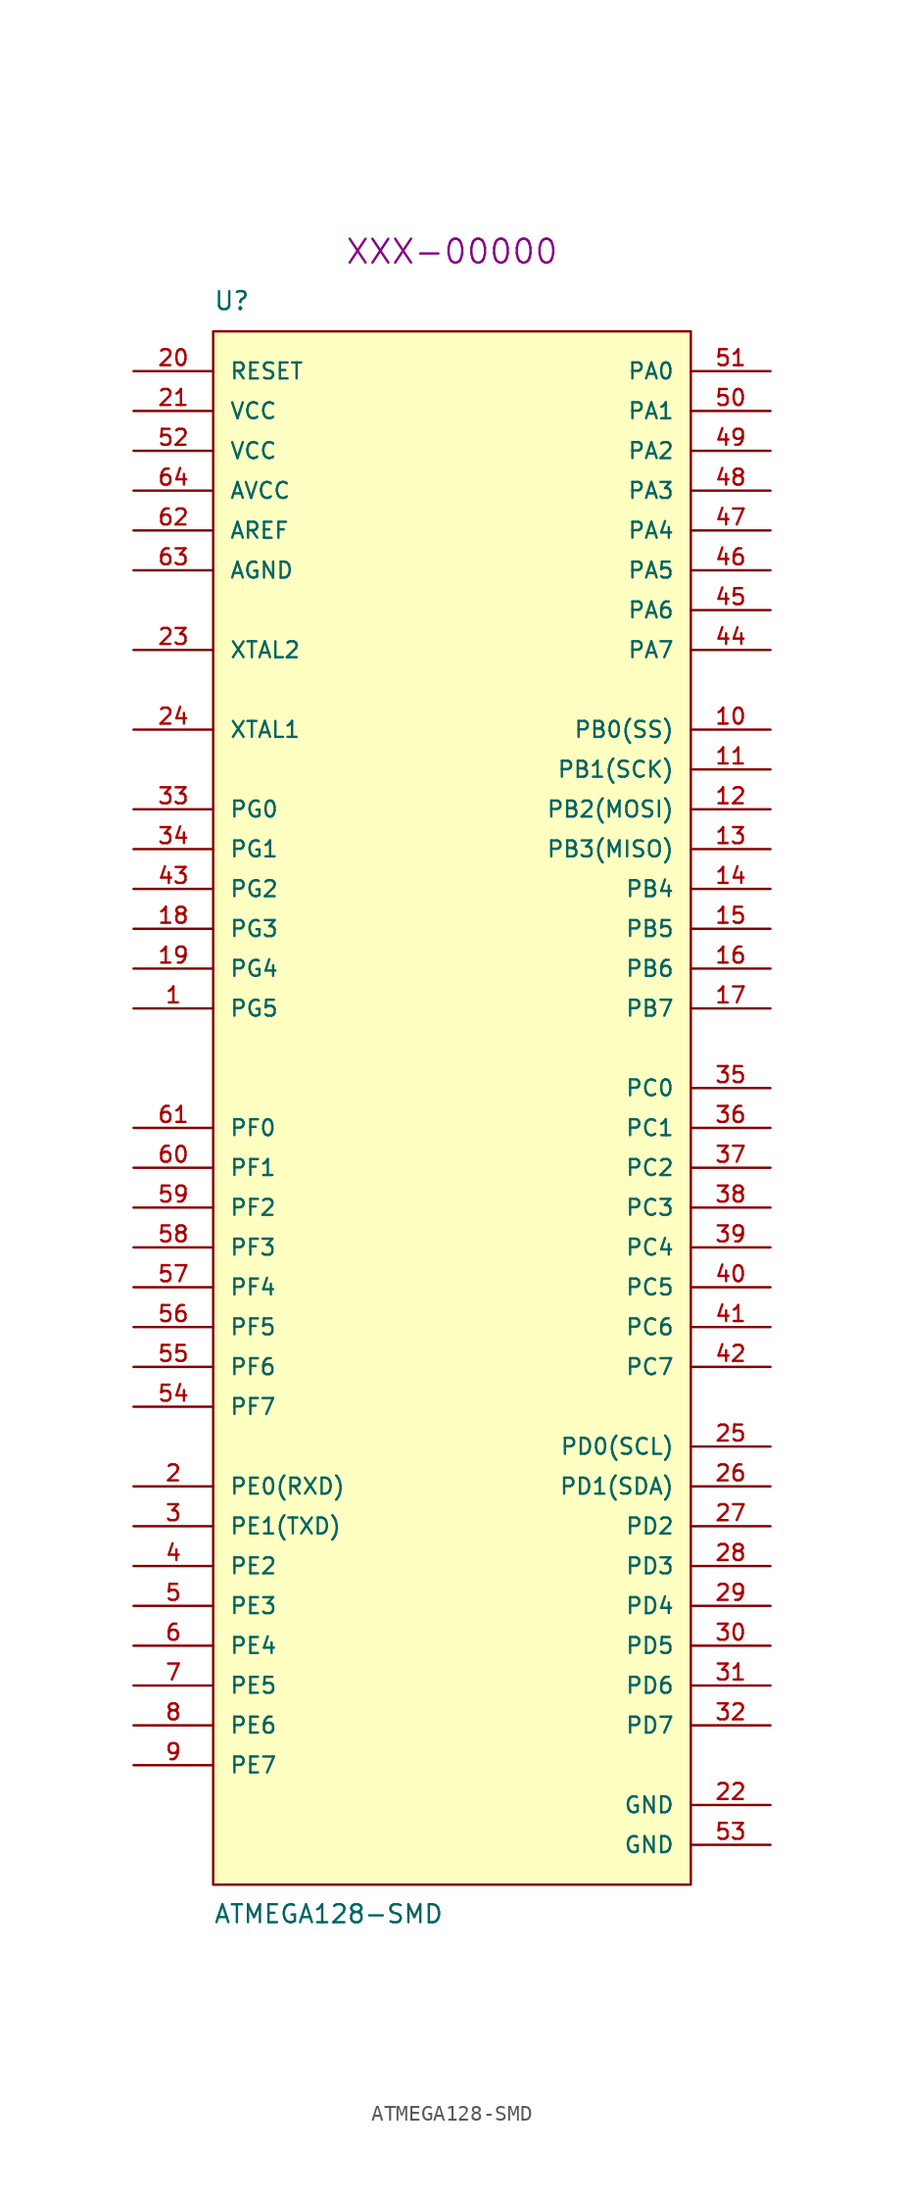
<source format=kicad_sym>
(kicad_symbol_lib
  (version 20220914)
  (generator kicad_symbol_editor)
  (symbol "ATMEGA128-SMD"
    (pin_names
      (offset 1.016))
    (property "Reference" "U"
      (at -15.24 50.8 0)
      (effects (font (size 1.143 1.143)) (justify left bottom)))
    (property "Value" "ATMEGA128-SMD"
      (at -15.24 -52.07 0)
      (effects (font (size 1.143 1.143)) (justify left bottom)))
    (property "Field4" "XXX-00000"
      (at 0 54.61 0)
      (effects (font (size 1.524 1.524))))
    (property "ki_locked" ""
      (at 0 0 0)
      (effects (font (size 1.27 1.27))))
    (symbol "ATMEGA128-SMD_1_1"
      (polyline (pts (xy -15.24 49.53) (xy -15.24 -49.53) (xy 15.24 -49.53) (xy 15.24 49.53) (xy -15.24 49.53)) (stroke (width 0) (type solid)) (fill (type background)))
      (pin bidirectional line (at -20.32 6.35 0) (length 5.08) (name "PG5" (effects (font (size 1.016 1.016)))) (number "1" (effects (font (size 1.016 1.016)))))
      (pin bidirectional line (at 20.32 24.13 180) (length 5.08) (name "PB0(SS)" (effects (font (size 1.016 1.016)))) (number "10" (effects (font (size 1.016 1.016)))))
      (pin bidirectional line (at 20.32 21.59 180) (length 5.08) (name "PB1(SCK)" (effects (font (size 1.016 1.016)))) (number "11" (effects (font (size 1.016 1.016)))))
      (pin bidirectional line (at 20.32 19.05 180) (length 5.08) (name "PB2(MOSI)" (effects (font (size 1.016 1.016)))) (number "12" (effects (font (size 1.016 1.016)))))
      (pin bidirectional line (at 20.32 16.51 180) (length 5.08) (name "PB3(MISO)" (effects (font (size 1.016 1.016)))) (number "13" (effects (font (size 1.016 1.016)))))
      (pin bidirectional line (at 20.32 13.97 180) (length 5.08) (name "PB4" (effects (font (size 1.016 1.016)))) (number "14" (effects (font (size 1.016 1.016)))))
      (pin bidirectional line (at 20.32 11.43 180) (length 5.08) (name "PB5" (effects (font (size 1.016 1.016)))) (number "15" (effects (font (size 1.016 1.016)))))
      (pin bidirectional line (at 20.32 8.89 180) (length 5.08) (name "PB6" (effects (font (size 1.016 1.016)))) (number "16" (effects (font (size 1.016 1.016)))))
      (pin bidirectional line (at 20.32 6.35 180) (length 5.08) (name "PB7" (effects (font (size 1.016 1.016)))) (number "17" (effects (font (size 1.016 1.016)))))
      (pin bidirectional line (at -20.32 11.43 0) (length 5.08) (name "PG3" (effects (font (size 1.016 1.016)))) (number "18" (effects (font (size 1.016 1.016)))))
      (pin bidirectional line (at -20.32 8.89 0) (length 5.08) (name "PG4" (effects (font (size 1.016 1.016)))) (number "19" (effects (font (size 1.016 1.016)))))
      (pin bidirectional line (at -20.32 -24.13 0) (length 5.08) (name "PE0(RXD)" (effects (font (size 1.016 1.016)))) (number "2" (effects (font (size 1.016 1.016)))))
      (pin bidirectional line (at -20.32 46.99 0) (length 5.08) (name "RESET" (effects (font (size 1.016 1.016)))) (number "20" (effects (font (size 1.016 1.016)))))
      (pin bidirectional line (at -20.32 44.45 0) (length 5.08) (name "VCC" (effects (font (size 1.016 1.016)))) (number "21" (effects (font (size 1.016 1.016)))))
      (pin bidirectional line (at 20.32 -44.45 180) (length 5.08) (name "GND" (effects (font (size 1.016 1.016)))) (number "22" (effects (font (size 1.016 1.016)))))
      (pin bidirectional line (at -20.32 29.21 0) (length 5.08) (name "XTAL2" (effects (font (size 1.016 1.016)))) (number "23" (effects (font (size 1.016 1.016)))))
      (pin bidirectional line (at -20.32 24.13 0) (length 5.08) (name "XTAL1" (effects (font (size 1.016 1.016)))) (number "24" (effects (font (size 1.016 1.016)))))
      (pin bidirectional line (at 20.32 -21.59 180) (length 5.08) (name "PD0(SCL)" (effects (font (size 1.016 1.016)))) (number "25" (effects (font (size 1.016 1.016)))))
      (pin bidirectional line (at 20.32 -24.13 180) (length 5.08) (name "PD1(SDA)" (effects (font (size 1.016 1.016)))) (number "26" (effects (font (size 1.016 1.016)))))
      (pin bidirectional line (at 20.32 -26.67 180) (length 5.08) (name "PD2" (effects (font (size 1.016 1.016)))) (number "27" (effects (font (size 1.016 1.016)))))
      (pin bidirectional line (at 20.32 -29.21 180) (length 5.08) (name "PD3" (effects (font (size 1.016 1.016)))) (number "28" (effects (font (size 1.016 1.016)))))
      (pin bidirectional line (at 20.32 -31.75 180) (length 5.08) (name "PD4" (effects (font (size 1.016 1.016)))) (number "29" (effects (font (size 1.016 1.016)))))
      (pin bidirectional line (at -20.32 -26.67 0) (length 5.08) (name "PE1(TXD)" (effects (font (size 1.016 1.016)))) (number "3" (effects (font (size 1.016 1.016)))))
      (pin bidirectional line (at 20.32 -34.29 180) (length 5.08) (name "PD5" (effects (font (size 1.016 1.016)))) (number "30" (effects (font (size 1.016 1.016)))))
      (pin bidirectional line (at 20.32 -36.83 180) (length 5.08) (name "PD6" (effects (font (size 1.016 1.016)))) (number "31" (effects (font (size 1.016 1.016)))))
      (pin bidirectional line (at 20.32 -39.37 180) (length 5.08) (name "PD7" (effects (font (size 1.016 1.016)))) (number "32" (effects (font (size 1.016 1.016)))))
      (pin bidirectional line (at -20.32 19.05 0) (length 5.08) (name "PG0" (effects (font (size 1.016 1.016)))) (number "33" (effects (font (size 1.016 1.016)))))
      (pin bidirectional line (at -20.32 16.51 0) (length 5.08) (name "PG1" (effects (font (size 1.016 1.016)))) (number "34" (effects (font (size 1.016 1.016)))))
      (pin bidirectional line (at 20.32 1.27 180) (length 5.08) (name "PC0" (effects (font (size 1.016 1.016)))) (number "35" (effects (font (size 1.016 1.016)))))
      (pin bidirectional line (at 20.32 -1.27 180) (length 5.08) (name "PC1" (effects (font (size 1.016 1.016)))) (number "36" (effects (font (size 1.016 1.016)))))
      (pin bidirectional line (at 20.32 -3.81 180) (length 5.08) (name "PC2" (effects (font (size 1.016 1.016)))) (number "37" (effects (font (size 1.016 1.016)))))
      (pin bidirectional line (at 20.32 -6.35 180) (length 5.08) (name "PC3" (effects (font (size 1.016 1.016)))) (number "38" (effects (font (size 1.016 1.016)))))
      (pin bidirectional line (at 20.32 -8.89 180) (length 5.08) (name "PC4" (effects (font (size 1.016 1.016)))) (number "39" (effects (font (size 1.016 1.016)))))
      (pin bidirectional line (at -20.32 -29.21 0) (length 5.08) (name "PE2" (effects (font (size 1.016 1.016)))) (number "4" (effects (font (size 1.016 1.016)))))
      (pin bidirectional line (at 20.32 -11.43 180) (length 5.08) (name "PC5" (effects (font (size 1.016 1.016)))) (number "40" (effects (font (size 1.016 1.016)))))
      (pin bidirectional line (at 20.32 -13.97 180) (length 5.08) (name "PC6" (effects (font (size 1.016 1.016)))) (number "41" (effects (font (size 1.016 1.016)))))
      (pin bidirectional line (at 20.32 -16.51 180) (length 5.08) (name "PC7" (effects (font (size 1.016 1.016)))) (number "42" (effects (font (size 1.016 1.016)))))
      (pin bidirectional line (at -20.32 13.97 0) (length 5.08) (name "PG2" (effects (font (size 1.016 1.016)))) (number "43" (effects (font (size 1.016 1.016)))))
      (pin bidirectional line (at 20.32 29.21 180) (length 5.08) (name "PA7" (effects (font (size 1.016 1.016)))) (number "44" (effects (font (size 1.016 1.016)))))
      (pin bidirectional line (at 20.32 31.75 180) (length 5.08) (name "PA6" (effects (font (size 1.016 1.016)))) (number "45" (effects (font (size 1.016 1.016)))))
      (pin bidirectional line (at 20.32 34.29 180) (length 5.08) (name "PA5" (effects (font (size 1.016 1.016)))) (number "46" (effects (font (size 1.016 1.016)))))
      (pin bidirectional line (at 20.32 36.83 180) (length 5.08) (name "PA4" (effects (font (size 1.016 1.016)))) (number "47" (effects (font (size 1.016 1.016)))))
      (pin bidirectional line (at 20.32 39.37 180) (length 5.08) (name "PA3" (effects (font (size 1.016 1.016)))) (number "48" (effects (font (size 1.016 1.016)))))
      (pin bidirectional line (at 20.32 41.91 180) (length 5.08) (name "PA2" (effects (font (size 1.016 1.016)))) (number "49" (effects (font (size 1.016 1.016)))))
      (pin bidirectional line (at -20.32 -31.75 0) (length 5.08) (name "PE3" (effects (font (size 1.016 1.016)))) (number "5" (effects (font (size 1.016 1.016)))))
      (pin bidirectional line (at 20.32 44.45 180) (length 5.08) (name "PA1" (effects (font (size 1.016 1.016)))) (number "50" (effects (font (size 1.016 1.016)))))
      (pin bidirectional line (at 20.32 46.99 180) (length 5.08) (name "PA0" (effects (font (size 1.016 1.016)))) (number "51" (effects (font (size 1.016 1.016)))))
      (pin bidirectional line (at -20.32 41.91 0) (length 5.08) (name "VCC" (effects (font (size 1.016 1.016)))) (number "52" (effects (font (size 1.016 1.016)))))
      (pin bidirectional line (at 20.32 -46.99 180) (length 5.08) (name "GND" (effects (font (size 1.016 1.016)))) (number "53" (effects (font (size 1.016 1.016)))))
      (pin bidirectional line (at -20.32 -19.05 0) (length 5.08) (name "PF7" (effects (font (size 1.016 1.016)))) (number "54" (effects (font (size 1.016 1.016)))))
      (pin bidirectional line (at -20.32 -16.51 0) (length 5.08) (name "PF6" (effects (font (size 1.016 1.016)))) (number "55" (effects (font (size 1.016 1.016)))))
      (pin bidirectional line (at -20.32 -13.97 0) (length 5.08) (name "PF5" (effects (font (size 1.016 1.016)))) (number "56" (effects (font (size 1.016 1.016)))))
      (pin bidirectional line (at -20.32 -11.43 0) (length 5.08) (name "PF4" (effects (font (size 1.016 1.016)))) (number "57" (effects (font (size 1.016 1.016)))))
      (pin bidirectional line (at -20.32 -8.89 0) (length 5.08) (name "PF3" (effects (font (size 1.016 1.016)))) (number "58" (effects (font (size 1.016 1.016)))))
      (pin bidirectional line (at -20.32 -6.35 0) (length 5.08) (name "PF2" (effects (font (size 1.016 1.016)))) (number "59" (effects (font (size 1.016 1.016)))))
      (pin bidirectional line (at -20.32 -34.29 0) (length 5.08) (name "PE4" (effects (font (size 1.016 1.016)))) (number "6" (effects (font (size 1.016 1.016)))))
      (pin bidirectional line (at -20.32 -3.81 0) (length 5.08) (name "PF1" (effects (font (size 1.016 1.016)))) (number "60" (effects (font (size 1.016 1.016)))))
      (pin bidirectional line (at -20.32 -1.27 0) (length 5.08) (name "PF0" (effects (font (size 1.016 1.016)))) (number "61" (effects (font (size 1.016 1.016)))))
      (pin bidirectional line (at -20.32 36.83 0) (length 5.08) (name "AREF" (effects (font (size 1.016 1.016)))) (number "62" (effects (font (size 1.016 1.016)))))
      (pin bidirectional line (at -20.32 34.29 0) (length 5.08) (name "AGND" (effects (font (size 1.016 1.016)))) (number "63" (effects (font (size 1.016 1.016)))))
      (pin bidirectional line (at -20.32 39.37 0) (length 5.08) (name "AVCC" (effects (font (size 1.016 1.016)))) (number "64" (effects (font (size 1.016 1.016)))))
      (pin bidirectional line (at -20.32 -36.83 0) (length 5.08) (name "PE5" (effects (font (size 1.016 1.016)))) (number "7" (effects (font (size 1.016 1.016)))))
      (pin bidirectional line (at -20.32 -39.37 0) (length 5.08) (name "PE6" (effects (font (size 1.016 1.016)))) (number "8" (effects (font (size 1.016 1.016)))))
      (pin bidirectional line (at -20.32 -41.91 0) (length 5.08) (name "PE7" (effects (font (size 1.016 1.016)))) (number "9" (effects (font (size 1.016 1.016))))))))
</source>
